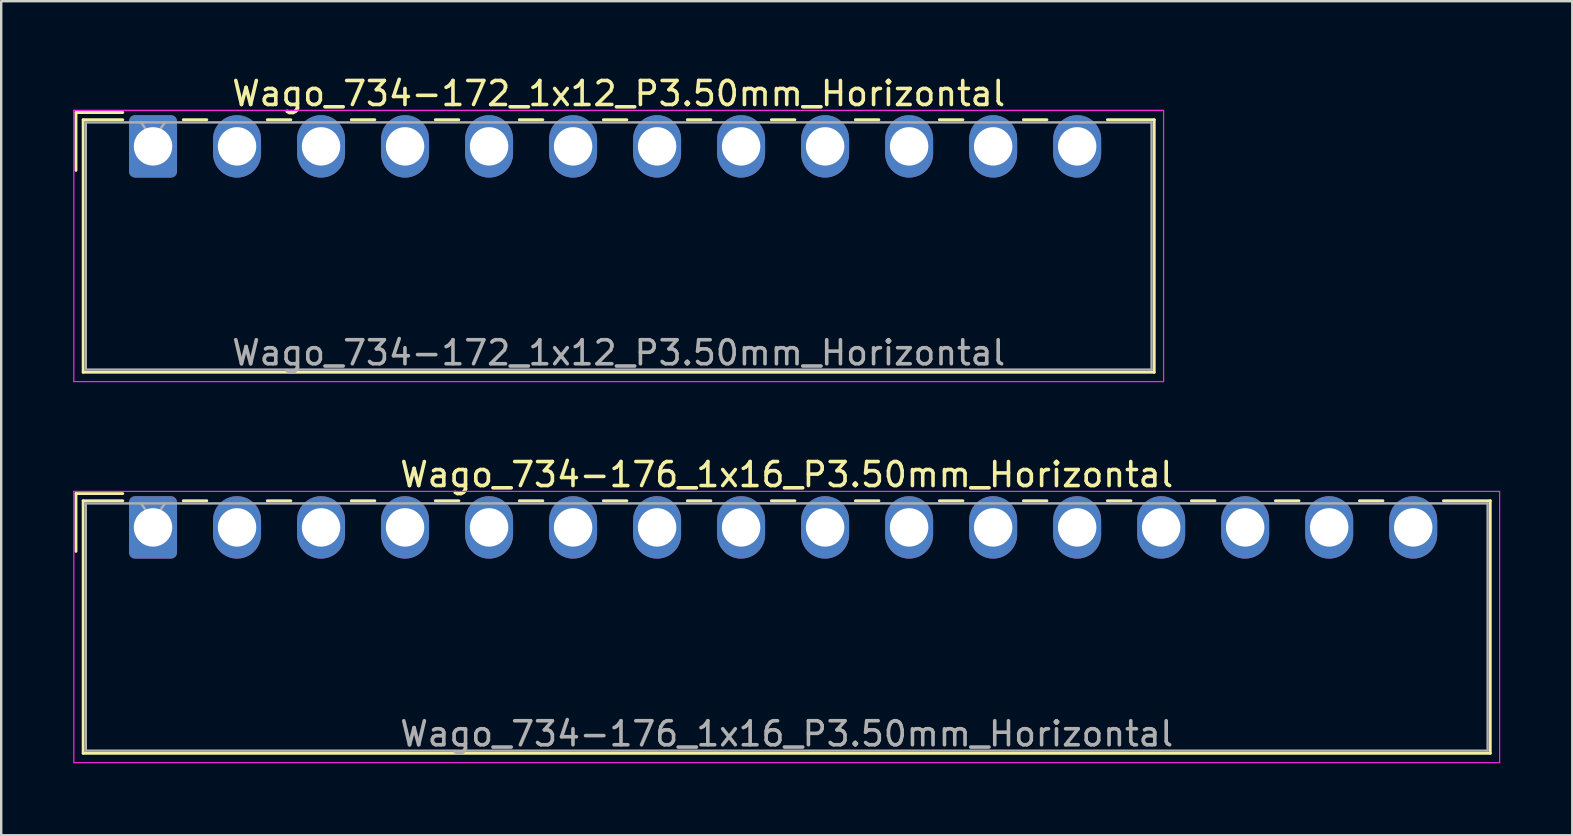
<source format=kicad_pcb>
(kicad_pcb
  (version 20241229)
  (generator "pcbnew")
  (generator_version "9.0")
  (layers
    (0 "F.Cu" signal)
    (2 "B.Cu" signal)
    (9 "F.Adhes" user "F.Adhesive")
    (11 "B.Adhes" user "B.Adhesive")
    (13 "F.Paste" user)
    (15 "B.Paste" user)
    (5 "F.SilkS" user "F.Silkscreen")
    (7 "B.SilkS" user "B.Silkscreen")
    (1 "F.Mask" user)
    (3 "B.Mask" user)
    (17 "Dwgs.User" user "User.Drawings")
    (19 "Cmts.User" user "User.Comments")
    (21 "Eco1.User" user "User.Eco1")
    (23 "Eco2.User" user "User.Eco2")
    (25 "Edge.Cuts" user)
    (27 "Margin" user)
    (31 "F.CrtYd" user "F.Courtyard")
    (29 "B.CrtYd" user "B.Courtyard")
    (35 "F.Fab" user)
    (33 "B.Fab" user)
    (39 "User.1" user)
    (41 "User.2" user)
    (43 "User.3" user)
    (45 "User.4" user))
  (footprint "Wago_734-176_1x16_P3.50mm_Horizontal"
    (layer "F.Cu")
    (at 3.325 18.922)
    (property "Reference" "Wago_734-176_1x16_P3.50mm_Horizontal" (at 26.4 -2.2 0) (layer "F.SilkS") (effects (font (size 1 1) (thickness 0.15))))
    (attr through_hole)
    (fp_line (start -3.21 -1.41) (end -1.26 -1.41) (stroke (width 0.12) (type solid)) (layer "F.SilkS"))
    (fp_line (start -3.21 1) (end -3.21 -1.41) (stroke (width 0.12) (type solid)) (layer "F.SilkS"))
    (fp_line (start -2.91 -1.11) (end -2.91 9.41) (stroke (width 0.12) (type solid)) (layer "F.SilkS"))
    (fp_line (start -2.91 9.41) (end 55.71 9.41) (stroke (width 0.12) (type solid)) (layer "F.SilkS"))
    (fp_line (start -1.26 -1.11) (end -2.91 -1.11) (stroke (width 0.12) (type solid)) (layer "F.SilkS"))
    (fp_line (start 1.26 -1.11) (end 2.24 -1.11) (stroke (width 0.12) (type solid)) (layer "F.SilkS"))
    (fp_line (start 4.76 -1.11) (end 5.74 -1.11) (stroke (width 0.12) (type solid)) (layer "F.SilkS"))
    (fp_line (start 8.26 -1.11) (end 9.24 -1.11) (stroke (width 0.12) (type solid)) (layer "F.SilkS"))
    (fp_line (start 11.76 -1.11) (end 12.74 -1.11) (stroke (width 0.12) (type solid)) (layer "F.SilkS"))
    (fp_line (start 15.26 -1.11) (end 16.24 -1.11) (stroke (width 0.12) (type solid)) (layer "F.SilkS"))
    (fp_line (start 18.76 -1.11) (end 19.74 -1.11) (stroke (width 0.12) (type solid)) (layer "F.SilkS"))
    (fp_line (start 22.26 -1.11) (end 23.24 -1.11) (stroke (width 0.12) (type solid)) (layer "F.SilkS"))
    (fp_line (start 25.76 -1.11) (end 26.74 -1.11) (stroke (width 0.12) (type solid)) (layer "F.SilkS"))
    (fp_line (start 29.26 -1.11) (end 30.24 -1.11) (stroke (width 0.12) (type solid)) (layer "F.SilkS"))
    (fp_line (start 32.76 -1.11) (end 33.74 -1.11) (stroke (width 0.12) (type solid)) (layer "F.SilkS"))
    (fp_line (start 36.26 -1.11) (end 37.24 -1.11) (stroke (width 0.12) (type solid)) (layer "F.SilkS"))
    (fp_line (start 39.76 -1.11) (end 40.74 -1.11) (stroke (width 0.12) (type solid)) (layer "F.SilkS"))
    (fp_line (start 43.26 -1.11) (end 44.24 -1.11) (stroke (width 0.12) (type solid)) (layer "F.SilkS"))
    (fp_line (start 46.76 -1.11) (end 47.74 -1.11) (stroke (width 0.12) (type solid)) (layer "F.SilkS"))
    (fp_line (start 50.26 -1.11) (end 51.24 -1.11) (stroke (width 0.12) (type solid)) (layer "F.SilkS"))
    (fp_line (start 55.71 -1.11) (end 53.76 -1.11) (stroke (width 0.12) (type solid)) (layer "F.SilkS"))
    (fp_line (start 55.71 9.41) (end 55.71 -1.11) (stroke (width 0.12) (type solid)) (layer "F.SilkS"))
    (fp_line (start -3.3 -1.5) (end -3.3 9.8) (stroke (width 0.05) (type solid)) (layer "F.CrtYd"))
    (fp_line (start -3.3 9.8) (end 56.1 9.8) (stroke (width 0.05) (type solid)) (layer "F.CrtYd"))
    (fp_line (start 56.1 -1.5) (end -3.3 -1.5) (stroke (width 0.05) (type solid)) (layer "F.CrtYd"))
    (fp_line (start 56.1 9.8) (end 56.1 -1.5) (stroke (width 0.05) (type solid)) (layer "F.CrtYd"))
    (fp_line (start -2.8 -1) (end -2.8 9.3) (stroke (width 0.1) (type solid)) (layer "F.Fab"))
    (fp_line (start -2.8 9.3) (end 55.6 9.3) (stroke (width 0.1) (type solid)) (layer "F.Fab"))
    (fp_line (start -0.5 -1) (end 0 -0.293) (stroke (width 0.1) (type solid)) (layer "F.Fab"))
    (fp_line (start 0 -0.293) (end 0.5 -1) (stroke (width 0.1) (type solid)) (layer "F.Fab"))
    (fp_line (start 55.6 -1) (end -2.8 -1) (stroke (width 0.1) (type solid)) (layer "F.Fab"))
    (fp_line (start 55.6 9.3) (end 55.6 -1) (stroke (width 0.1) (type solid)) (layer "F.Fab"))
    (fp_text user "${REFERENCE}" (at 26.4 8.6 0) (layer "F.Fab") (effects (font (size 1 1) (thickness 0.15))))
    (pad "1" thru_hole roundrect (at 0 0) (size 2 2.6) (drill 1.6) (layers "*.Cu" "*.Mask") (roundrect_rratio 0.125))
    (pad "2" thru_hole oval (at 3.5 0) (size 2 2.6) (drill 1.6) (layers "*.Cu" "*.Mask"))
    (pad "3" thru_hole oval (at 7 0) (size 2 2.6) (drill 1.6) (layers "*.Cu" "*.Mask"))
    (pad "4" thru_hole oval (at 10.5 0) (size 2 2.6) (drill 1.6) (layers "*.Cu" "*.Mask"))
    (pad "5" thru_hole oval (at 14 0) (size 2 2.6) (drill 1.6) (layers "*.Cu" "*.Mask"))
    (pad "6" thru_hole oval (at 17.5 0) (size 2 2.6) (drill 1.6) (layers "*.Cu" "*.Mask"))
    (pad "7" thru_hole oval (at 21 0) (size 2 2.6) (drill 1.6) (layers "*.Cu" "*.Mask"))
    (pad "8" thru_hole oval (at 24.5 0) (size 2 2.6) (drill 1.6) (layers "*.Cu" "*.Mask"))
    (pad "9" thru_hole oval (at 28 0) (size 2 2.6) (drill 1.6) (layers "*.Cu" "*.Mask"))
    (pad "10" thru_hole oval (at 31.5 0) (size 2 2.6) (drill 1.6) (layers "*.Cu" "*.Mask"))
    (pad "11" thru_hole oval (at 35 0) (size 2 2.6) (drill 1.6) (layers "*.Cu" "*.Mask"))
    (pad "12" thru_hole oval (at 38.5 0) (size 2 2.6) (drill 1.6) (layers "*.Cu" "*.Mask"))
    (pad "13" thru_hole oval (at 42 0) (size 2 2.6) (drill 1.6) (layers "*.Cu" "*.Mask"))
    (pad "14" thru_hole oval (at 45.5 0) (size 2 2.6) (drill 1.6) (layers "*.Cu" "*.Mask"))
    (pad "15" thru_hole oval (at 49 0) (size 2 2.6) (drill 1.6) (layers "*.Cu" "*.Mask"))
    (pad "16" thru_hole oval (at 52.5 0) (size 2 2.6) (drill 1.6) (layers "*.Cu" "*.Mask")))
  (footprint "Wago_734-172_1x12_P3.50mm_Horizontal"
    (layer "F.Cu")
    (at 3.325 3.048)
    (property "Reference" "Wago_734-172_1x12_P3.50mm_Horizontal" (at 19.4 -2.2 0) (layer "F.SilkS") (effects (font (size 1 1) (thickness 0.15))))
    (attr through_hole)
    (fp_line (start -3.21 -1.41) (end -1.26 -1.41) (stroke (width 0.12) (type solid)) (layer "F.SilkS"))
    (fp_line (start -3.21 1) (end -3.21 -1.41) (stroke (width 0.12) (type solid)) (layer "F.SilkS"))
    (fp_line (start -2.91 -1.11) (end -2.91 9.41) (stroke (width 0.12) (type solid)) (layer "F.SilkS"))
    (fp_line (start -2.91 9.41) (end 41.71 9.41) (stroke (width 0.12) (type solid)) (layer "F.SilkS"))
    (fp_line (start -1.26 -1.11) (end -2.91 -1.11) (stroke (width 0.12) (type solid)) (layer "F.SilkS"))
    (fp_line (start 1.26 -1.11) (end 2.24 -1.11) (stroke (width 0.12) (type solid)) (layer "F.SilkS"))
    (fp_line (start 4.76 -1.11) (end 5.74 -1.11) (stroke (width 0.12) (type solid)) (layer "F.SilkS"))
    (fp_line (start 8.26 -1.11) (end 9.24 -1.11) (stroke (width 0.12) (type solid)) (layer "F.SilkS"))
    (fp_line (start 11.76 -1.11) (end 12.74 -1.11) (stroke (width 0.12) (type solid)) (layer "F.SilkS"))
    (fp_line (start 15.26 -1.11) (end 16.24 -1.11) (stroke (width 0.12) (type solid)) (layer "F.SilkS"))
    (fp_line (start 18.76 -1.11) (end 19.74 -1.11) (stroke (width 0.12) (type solid)) (layer "F.SilkS"))
    (fp_line (start 22.26 -1.11) (end 23.24 -1.11) (stroke (width 0.12) (type solid)) (layer "F.SilkS"))
    (fp_line (start 25.76 -1.11) (end 26.74 -1.11) (stroke (width 0.12) (type solid)) (layer "F.SilkS"))
    (fp_line (start 29.26 -1.11) (end 30.24 -1.11) (stroke (width 0.12) (type solid)) (layer "F.SilkS"))
    (fp_line (start 32.76 -1.11) (end 33.74 -1.11) (stroke (width 0.12) (type solid)) (layer "F.SilkS"))
    (fp_line (start 36.26 -1.11) (end 37.24 -1.11) (stroke (width 0.12) (type solid)) (layer "F.SilkS"))
    (fp_line (start 41.71 -1.11) (end 39.76 -1.11) (stroke (width 0.12) (type solid)) (layer "F.SilkS"))
    (fp_line (start 41.71 9.41) (end 41.71 -1.11) (stroke (width 0.12) (type solid)) (layer "F.SilkS"))
    (fp_line (start -3.3 -1.5) (end -3.3 9.8) (stroke (width 0.05) (type solid)) (layer "F.CrtYd"))
    (fp_line (start -3.3 9.8) (end 42.1 9.8) (stroke (width 0.05) (type solid)) (layer "F.CrtYd"))
    (fp_line (start 42.1 -1.5) (end -3.3 -1.5) (stroke (width 0.05) (type solid)) (layer "F.CrtYd"))
    (fp_line (start 42.1 9.8) (end 42.1 -1.5) (stroke (width 0.05) (type solid)) (layer "F.CrtYd"))
    (fp_line (start -2.8 -1) (end -2.8 9.3) (stroke (width 0.1) (type solid)) (layer "F.Fab"))
    (fp_line (start -2.8 9.3) (end 41.6 9.3) (stroke (width 0.1) (type solid)) (layer "F.Fab"))
    (fp_line (start -0.5 -1) (end 0 -0.293) (stroke (width 0.1) (type solid)) (layer "F.Fab"))
    (fp_line (start 0 -0.293) (end 0.5 -1) (stroke (width 0.1) (type solid)) (layer "F.Fab"))
    (fp_line (start 41.6 -1) (end -2.8 -1) (stroke (width 0.1) (type solid)) (layer "F.Fab"))
    (fp_line (start 41.6 9.3) (end 41.6 -1) (stroke (width 0.1) (type solid)) (layer "F.Fab"))
    (fp_text user "${REFERENCE}" (at 19.4 8.6 0) (layer "F.Fab") (effects (font (size 1 1) (thickness 0.15))))
    (pad "1" thru_hole roundrect (at 0 0) (size 2 2.6) (drill 1.6) (layers "*.Cu" "*.Mask") (roundrect_rratio 0.125))
    (pad "2" thru_hole oval (at 3.5 0) (size 2 2.6) (drill 1.6) (layers "*.Cu" "*.Mask"))
    (pad "3" thru_hole oval (at 7 0) (size 2 2.6) (drill 1.6) (layers "*.Cu" "*.Mask"))
    (pad "4" thru_hole oval (at 10.5 0) (size 2 2.6) (drill 1.6) (layers "*.Cu" "*.Mask"))
    (pad "5" thru_hole oval (at 14 0) (size 2 2.6) (drill 1.6) (layers "*.Cu" "*.Mask"))
    (pad "6" thru_hole oval (at 17.5 0) (size 2 2.6) (drill 1.6) (layers "*.Cu" "*.Mask"))
    (pad "7" thru_hole oval (at 21 0) (size 2 2.6) (drill 1.6) (layers "*.Cu" "*.Mask"))
    (pad "8" thru_hole oval (at 24.5 0) (size 2 2.6) (drill 1.6) (layers "*.Cu" "*.Mask"))
    (pad "9" thru_hole oval (at 28 0) (size 2 2.6) (drill 1.6) (layers "*.Cu" "*.Mask"))
    (pad "10" thru_hole oval (at 31.5 0) (size 2 2.6) (drill 1.6) (layers "*.Cu" "*.Mask"))
    (pad "11" thru_hole oval (at 35 0) (size 2 2.6) (drill 1.6) (layers "*.Cu" "*.Mask"))
    (pad "12" thru_hole oval (at 38.5 0) (size 2 2.6) (drill 1.6) (layers "*.Cu" "*.Mask")))
  (gr_rect
    (start -3 -3)
    (end 62.45 31.747)
    (stroke (width 0.1) (type default))
    (fill no)
    (layer "Edge.Cuts")))
</source>
